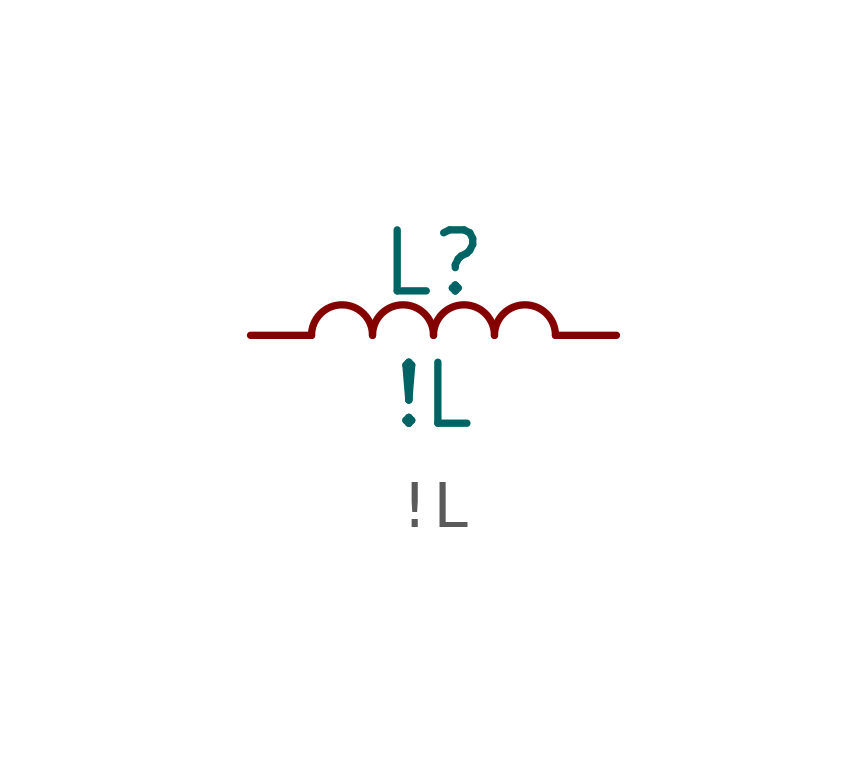
<source format=kicad_sym>
(kicad_symbol_lib
  (version 20241209)
  (generator "kicad_symbol_editor")
  (generator_version "9.0")
  (symbol "!L"
    (pin_numbers
      (hide yes))
    (pin_names
      (offset 1.016)
      (hide yes))
    (property "Reference" "L"
      (at 3.81 0.762 0)
      (effects (font (size 1.27 1.27)) (justify bottom)))
    (property "Value" "!L"
      (at 3.81 -0.508 0)
      (effects (font (size 1.27 1.27)) (justify top)))
    (symbol "!L_0_1"
      (arc (start 1.27 0) (mid 1.905 0.6323) (end 2.54 0) (stroke (width 0) (type default)) (fill (type none)))
      (arc (start 2.54 0) (mid 3.175 0.6323) (end 3.81 0) (stroke (width 0) (type default)) (fill (type none)))
      (arc (start 3.81 0) (mid 4.445 0.6323) (end 5.08 0) (stroke (width 0) (type default)) (fill (type none)))
      (arc (start 5.08 0) (mid 5.715 0.6323) (end 6.35 0) (stroke (width 0) (type default)) (fill (type none))))
    (symbol "!L_1_1"
      (pin passive line (at 0 0 0) (length 1.27) (name "1" (effects (font (size 1.27 1.27)))) (number "1" (effects (font (size 1.27 1.27)))))
      (pin passive line (at 7.62 0 180) (length 1.27) (name "2" (effects (font (size 1.27 1.27)))) (number "2" (effects (font (size 1.27 1.27))))))))
</source>
